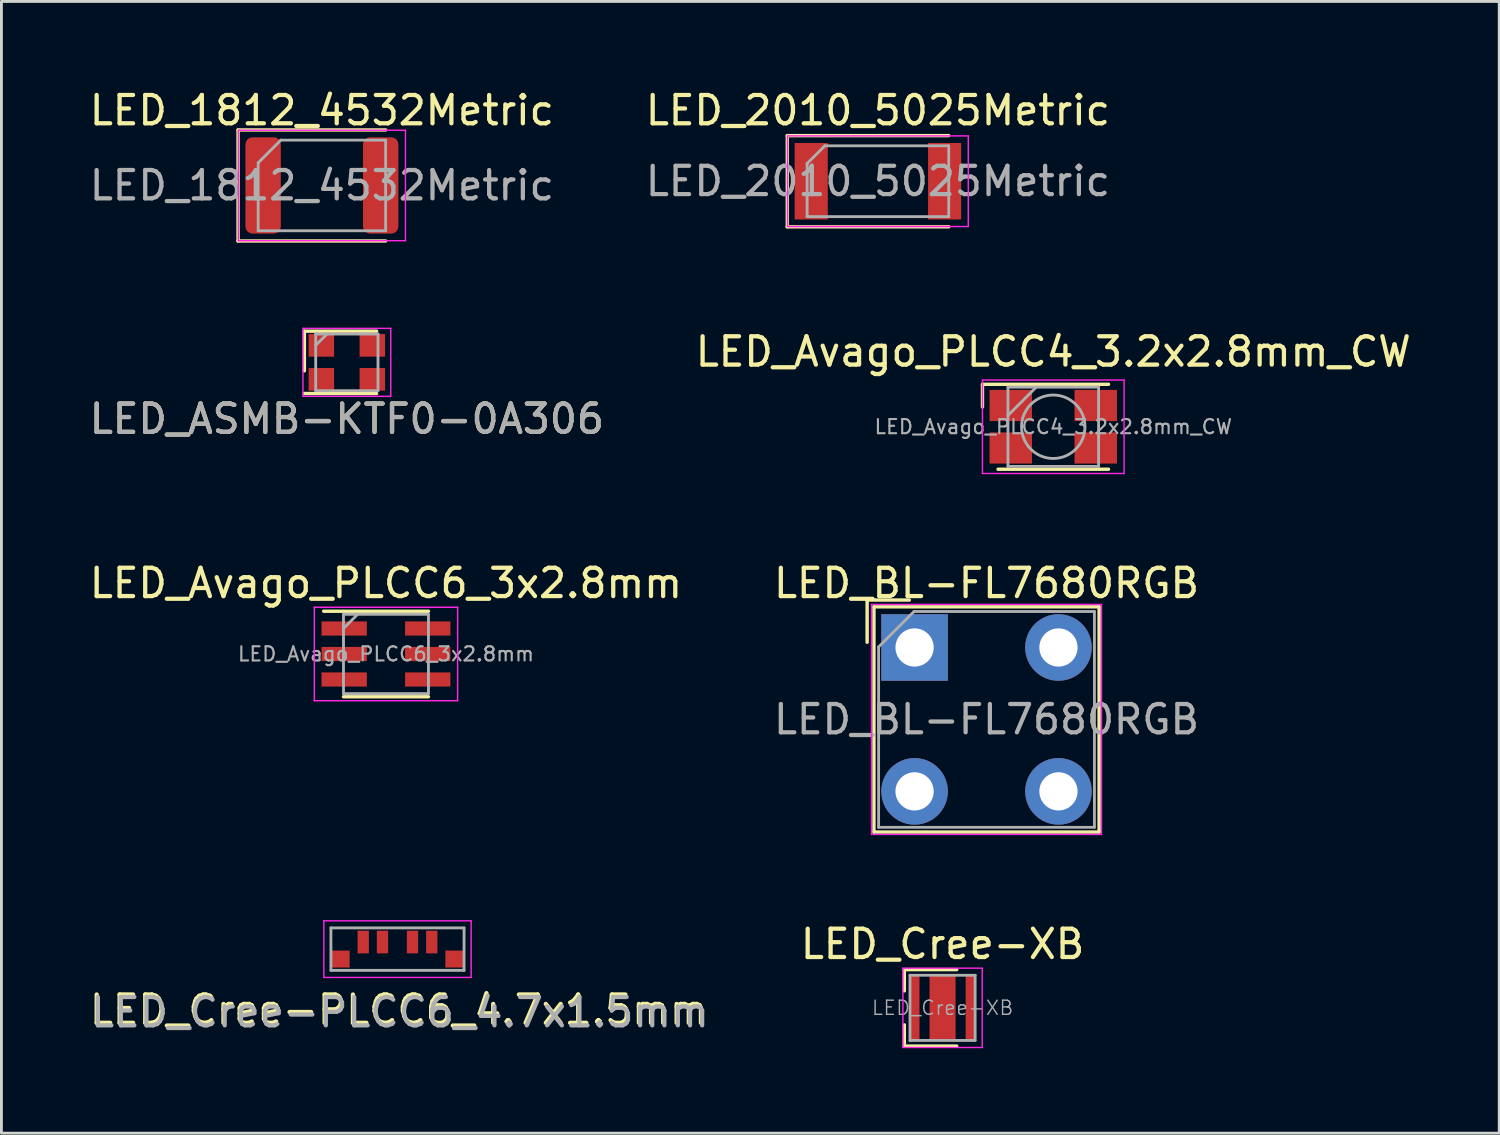
<source format=kicad_pcb>
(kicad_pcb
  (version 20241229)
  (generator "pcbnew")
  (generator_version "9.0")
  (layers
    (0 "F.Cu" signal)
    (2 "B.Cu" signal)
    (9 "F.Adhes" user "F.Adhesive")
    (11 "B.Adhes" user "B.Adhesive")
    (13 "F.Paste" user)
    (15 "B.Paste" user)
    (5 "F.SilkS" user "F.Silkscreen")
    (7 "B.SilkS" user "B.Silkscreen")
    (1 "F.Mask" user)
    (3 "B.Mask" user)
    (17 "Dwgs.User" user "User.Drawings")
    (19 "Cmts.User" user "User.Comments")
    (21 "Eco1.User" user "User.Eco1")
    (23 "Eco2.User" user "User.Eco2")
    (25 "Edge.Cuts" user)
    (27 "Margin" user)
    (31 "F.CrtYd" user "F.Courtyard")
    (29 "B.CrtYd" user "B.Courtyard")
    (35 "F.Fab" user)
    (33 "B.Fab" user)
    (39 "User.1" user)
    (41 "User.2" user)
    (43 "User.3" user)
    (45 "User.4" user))
  (footprint "LED_BL-FL7680RGB"
    (layer "F.Cu")
    (at 29.24 19.81)
    (property "Reference" "LED_BL-FL7680RGB" (at 2.54 -2.27 0) (layer "F.SilkS") (effects (font (size 1 1) (thickness 0.15))))
    (attr through_hole)
    (fp_line (start -1.675 -1.675) (end -0.185 -1.675) (stroke (width 0.12) (type solid)) (layer "F.SilkS"))
    (fp_line (start -1.675 -0.185) (end -1.675 -1.675) (stroke (width 0.12) (type solid)) (layer "F.SilkS"))
    (fp_line (start -1.435 -1.435) (end -1.435 6.515) (stroke (width 0.12) (type solid)) (layer "F.SilkS"))
    (fp_line (start -1.435 6.515) (end 6.515 6.515) (stroke (width 0.12) (type solid)) (layer "F.SilkS"))
    (fp_line (start 6.515 -1.435) (end -1.435 -1.435) (stroke (width 0.12) (type solid)) (layer "F.SilkS"))
    (fp_line (start 6.515 6.515) (end 6.515 -1.435) (stroke (width 0.12) (type solid)) (layer "F.SilkS"))
    (fp_line (start -1.52 -1.52) (end -1.52 6.6) (stroke (width 0.05) (type solid)) (layer "F.CrtYd"))
    (fp_line (start -1.52 6.6) (end 6.6 6.6) (stroke (width 0.05) (type solid)) (layer "F.CrtYd"))
    (fp_line (start 6.6 -1.52) (end -1.52 -1.52) (stroke (width 0.05) (type solid)) (layer "F.CrtYd"))
    (fp_line (start 6.6 6.6) (end 6.6 -1.52) (stroke (width 0.05) (type solid)) (layer "F.CrtYd"))
    (fp_line (start -1.27 -0.02) (end -0.02 -1.27) (stroke (width 0.1) (type solid)) (layer "F.Fab"))
    (fp_line (start -1.27 6.35) (end -1.27 -0.02) (stroke (width 0.1) (type solid)) (layer "F.Fab"))
    (fp_line (start -0.02 -1.27) (end 6.35 -1.27) (stroke (width 0.1) (type solid)) (layer "F.Fab"))
    (fp_line (start 6.35 -1.27) (end 6.35 6.35) (stroke (width 0.1) (type solid)) (layer "F.Fab"))
    (fp_line (start 6.35 6.35) (end -1.27 6.35) (stroke (width 0.1) (type solid)) (layer "F.Fab"))
    (fp_text user "${REFERENCE}" (at 2.54 2.54 0) (layer "F.Fab") (effects (font (size 1 1) (thickness 0.15))))
    (pad "1" thru_hole rect (at 0 0) (size 2.35 2.35) (drill 1.35) (layers "*.Cu" "*.Mask"))
    (pad "2" thru_hole circle (at 0 5.08) (size 2.35 2.35) (drill 1.35) (layers "*.Cu" "*.Mask"))
    (pad "3" thru_hole circle (at 5.08 5.08) (size 2.35 2.35) (drill 1.35) (layers "*.Cu" "*.Mask"))
    (pad "4" thru_hole circle (at 5.08 0) (size 2.35 2.35) (drill 1.35) (layers "*.Cu" "*.Mask")))
  (footprint "LED_Cree-PLCC6_4.7x1.5mm"
    (layer "F.Cu")
    (at 10.984 30.46)
    (property "Reference" "LED_Cree-PLCC6_4.7x1.5mm" (at 0.046 2.146 0) (layer "F.SilkS") (effects (font (size 1 1) (thickness 0.15))))
    (attr through_hole)
    (fp_line (start -2.6 -1) (end -2.6 1) (stroke (width 0.05) (type solid)) (layer "F.CrtYd"))
    (fp_line (start -2.6 -1) (end 2.6 -1) (stroke (width 0.05) (type solid)) (layer "F.CrtYd"))
    (fp_line (start 2.6 1) (end -2.6 1) (stroke (width 0.05) (type solid)) (layer "F.CrtYd"))
    (fp_line (start 2.6 1) (end 2.6 -1) (stroke (width 0.05) (type solid)) (layer "F.CrtYd"))
    (fp_line (start -2.35 -0.75) (end -2.35 0.75) (stroke (width 0.1) (type solid)) (layer "F.Fab"))
    (fp_line (start -2.35 -0.75) (end 2.35 -0.75) (stroke (width 0.1) (type solid)) (layer "F.Fab"))
    (fp_line (start -2.35 0.75) (end 2.35 0.75) (stroke (width 0.1) (type solid)) (layer "F.Fab"))
    (fp_line (start 2.35 -0.75) (end 2.35 0.75) (stroke (width 0.1) (type solid)) (layer "F.Fab"))
    (fp_text user "${REFERENCE}" (at 0.089 2.235 0) (layer "F.Fab") (effects (font (size 1 1) (thickness 0.15))))
    (pad "1" smd rect (at -2.02 0.35) (size 0.66 0.6) (layers "F.Cu" "F.Mask" "F.Paste"))
    (pad "2" smd rect (at -1.21 -0.25) (size 0.4 0.8) (layers "F.Cu" "F.Mask" "F.Paste"))
    (pad "3" smd rect (at -0.53 -0.25) (size 0.4 0.8) (layers "F.Cu" "F.Mask" "F.Paste"))
    (pad "4" smd rect (at 0.53 -0.25) (size 0.4 0.8) (layers "F.Cu" "F.Mask" "F.Paste"))
    (pad "5" smd rect (at 1.21 -0.25) (size 0.4 0.8) (layers "F.Cu" "F.Mask" "F.Paste"))
    (pad "6" smd rect (at 2.02 0.35) (size 0.66 0.6) (layers "F.Cu" "F.Mask" "F.Paste")))
  (footprint "LED_2010_5025Metric"
    (layer "F.Cu")
    (at 27.946 3.348)
    (property "Reference" "LED_2010_5025Metric" (at 0 -2.5 0) (layer "F.SilkS") (effects (font (size 1 1) (thickness 0.15))))
    (attr smd)
    (fp_line (start -3.2 -1.61) (end -3.2 1.61) (stroke (width 0.12) (type solid)) (layer "F.SilkS"))
    (fp_line (start -3.2 1.61) (end 2.5 1.61) (stroke (width 0.12) (type solid)) (layer "F.SilkS"))
    (fp_line (start 2.5 -1.61) (end -3.2 -1.61) (stroke (width 0.12) (type solid)) (layer "F.SilkS"))
    (fp_line (start -3.19 -1.6) (end 3.19 -1.6) (stroke (width 0.05) (type solid)) (layer "F.CrtYd"))
    (fp_line (start -3.19 1.6) (end -3.19 -1.6) (stroke (width 0.05) (type solid)) (layer "F.CrtYd"))
    (fp_line (start 3.19 -1.6) (end 3.19 1.6) (stroke (width 0.05) (type solid)) (layer "F.CrtYd"))
    (fp_line (start 3.19 1.6) (end -3.19 1.6) (stroke (width 0.05) (type solid)) (layer "F.CrtYd"))
    (fp_line (start -2.5 -0.625) (end -2.5 1.25) (stroke (width 0.1) (type solid)) (layer "F.Fab"))
    (fp_line (start -2.5 1.25) (end 2.5 1.25) (stroke (width 0.1) (type solid)) (layer "F.Fab"))
    (fp_line (start -1.875 -1.25) (end -2.5 -0.625) (stroke (width 0.1) (type solid)) (layer "F.Fab"))
    (fp_line (start 2.5 -1.25) (end -1.875 -1.25) (stroke (width 0.1) (type solid)) (layer "F.Fab"))
    (fp_line (start 2.5 1.25) (end 2.5 -1.25) (stroke (width 0.1) (type solid)) (layer "F.Fab"))
    (fp_text user "${REFERENCE}" (at 0 0 0) (layer "F.Fab") (effects (font (size 1 1) (thickness 0.15))))
    (pad "1" smd rect (at -2.355 0) (size 1.17 2.7) (layers "F.Cu" "F.Mask" "F.Paste"))
    (pad "2" smd rect (at 2.355 0) (size 1.17 2.7) (layers "F.Cu" "F.Mask" "F.Paste")))
  (footprint "LED_Avago_PLCC4_3.2x2.8mm_CW"
    (layer "F.Cu")
    (at 34.137 12.017)
    (property "Reference" "LED_Avago_PLCC4_3.2x2.8mm_CW" (at 0 -2.65 0) (layer "F.SilkS") (effects (font (size 1 1) (thickness 0.15))))
    (attr smd)
    (fp_line (start -2.5 -1.5) (end 1.95 -1.5) (stroke (width 0.12) (type solid)) (layer "F.SilkS"))
    (fp_line (start -2.5 -0.7) (end -2.5 -1.5) (stroke (width 0.12) (type solid)) (layer "F.SilkS"))
    (fp_line (start -1.95 1.5) (end 1.95 1.5) (stroke (width 0.12) (type solid)) (layer "F.SilkS"))
    (fp_line (start -2.5 -1.65) (end -2.5 1.65) (stroke (width 0.05) (type solid)) (layer "F.CrtYd"))
    (fp_line (start -2.5 -1.65) (end 2.5 -1.65) (stroke (width 0.05) (type solid)) (layer "F.CrtYd"))
    (fp_line (start 2.5 1.65) (end -2.5 1.65) (stroke (width 0.05) (type solid)) (layer "F.CrtYd"))
    (fp_line (start 2.5 1.65) (end 2.5 -1.65) (stroke (width 0.05) (type solid)) (layer "F.CrtYd"))
    (fp_line (start -1.6 -1.4) (end -1.6 1.4) (stroke (width 0.1) (type solid)) (layer "F.Fab"))
    (fp_line (start -1.6 1.4) (end 1.6 1.4) (stroke (width 0.1) (type solid)) (layer "F.Fab"))
    (fp_line (start -0.6 -1.4) (end -1.6 -0.4) (stroke (width 0.1) (type solid)) (layer "F.Fab"))
    (fp_line (start 1.6 -1.4) (end -1.6 -1.4) (stroke (width 0.1) (type solid)) (layer "F.Fab"))
    (fp_line (start 1.6 1.4) (end 1.6 -1.4) (stroke (width 0.1) (type solid)) (layer "F.Fab"))
    (fp_circle (center 0 0) (end 1.12 0) (stroke (width 0.1) (type solid)) (fill no) (layer "F.Fab"))
    (fp_text user "${REFERENCE}" (at 0 0 0) (layer "F.Fab") (effects (font (size 0.5 0.5) (thickness 0.075))))
    (pad "1" smd rect (at -1.5 -0.75) (size 1.5 1.1) (layers "F.Cu" "F.Mask" "F.Paste"))
    (pad "2" smd rect (at 1.5 -0.75) (size 1.5 1.1) (layers "F.Cu" "F.Mask" "F.Paste"))
    (pad "3" smd rect (at 1.5 0.75) (size 1.5 1.1) (layers "F.Cu" "F.Mask" "F.Paste"))
    (pad "4" smd rect (at -1.5 0.75) (size 1.5 1.1) (layers "F.Cu" "F.Mask" "F.Paste")))
  (footprint "LED_Avago_PLCC6_3x2.8mm"
    (layer "F.Cu")
    (at 10.577 20.04)
    (property "Reference" "LED_Avago_PLCC6_3x2.8mm" (at 0 -2.5 0) (layer "F.SilkS") (effects (font (size 1 1) (thickness 0.15))))
    (attr smd)
    (fp_line (start -2.2 -1.51) (end 1.5 -1.51) (stroke (width 0.12) (type solid)) (layer "F.SilkS"))
    (fp_line (start -1.5 1.51) (end 1.5 1.51) (stroke (width 0.12) (type solid)) (layer "F.SilkS"))
    (fp_line (start -2.53 -1.65) (end -2.53 1.65) (stroke (width 0.05) (type solid)) (layer "F.CrtYd"))
    (fp_line (start -2.53 -1.65) (end 2.53 -1.65) (stroke (width 0.05) (type solid)) (layer "F.CrtYd"))
    (fp_line (start -2.53 1.65) (end 2.53 1.65) (stroke (width 0.05) (type solid)) (layer "F.CrtYd"))
    (fp_line (start 2.53 -1.65) (end 2.53 1.65) (stroke (width 0.05) (type solid)) (layer "F.CrtYd"))
    (fp_line (start -1.5 -1.4) (end -1.5 1.4) (stroke (width 0.1) (type solid)) (layer "F.Fab"))
    (fp_line (start -1.5 -1.4) (end 1.5 -1.4) (stroke (width 0.1) (type solid)) (layer "F.Fab"))
    (fp_line (start -1.5 -0.9) (end -1 -1.4) (stroke (width 0.1) (type solid)) (layer "F.Fab"))
    (fp_line (start -1.5 1.4) (end 1.5 1.4) (stroke (width 0.1) (type solid)) (layer "F.Fab"))
    (fp_line (start 1.5 -1.4) (end 1.5 1.4) (stroke (width 0.1) (type solid)) (layer "F.Fab"))
    (fp_text user "${REFERENCE}" (at 0 0 0) (layer "F.Fab") (effects (font (size 0.5 0.5) (thickness 0.075))))
    (pad "1" smd rect (at -1.475 -0.9) (size 1.6 0.5) (layers "F.Cu" "F.Mask" "F.Paste"))
    (pad "2" smd rect (at -1.475 0) (size 1.6 0.5) (layers "F.Cu" "F.Mask" "F.Paste"))
    (pad "3" smd rect (at -1.475 0.9) (size 1.6 0.5) (layers "F.Cu" "F.Mask" "F.Paste"))
    (pad "4" smd rect (at 1.475 0.9) (size 1.6 0.5) (layers "F.Cu" "F.Mask" "F.Paste"))
    (pad "5" smd rect (at 1.475 0) (size 1.6 0.5) (layers "F.Cu" "F.Mask" "F.Paste"))
    (pad "6" smd rect (at 1.475 -0.9) (size 1.6 0.5) (layers "F.Cu" "F.Mask" "F.Paste")))
  (footprint "LED_1812_4532Metric"
    (layer "F.Cu")
    (at 8.315 3.498)
    (property "Reference" "LED_1812_4532Metric" (at 0 -2.65 0) (layer "F.SilkS") (effects (font (size 1 1) (thickness 0.15))))
    (attr smd)
    (fp_line (start -2.96 -1.96) (end -2.96 1.96) (stroke (width 0.12) (type solid)) (layer "F.SilkS"))
    (fp_line (start -2.96 1.96) (end 2.25 1.96) (stroke (width 0.12) (type solid)) (layer "F.SilkS"))
    (fp_line (start 2.25 -1.96) (end -2.96 -1.96) (stroke (width 0.12) (type solid)) (layer "F.SilkS"))
    (fp_line (start -2.95 -1.95) (end 2.95 -1.95) (stroke (width 0.05) (type solid)) (layer "F.CrtYd"))
    (fp_line (start -2.95 1.95) (end -2.95 -1.95) (stroke (width 0.05) (type solid)) (layer "F.CrtYd"))
    (fp_line (start 2.95 -1.95) (end 2.95 1.95) (stroke (width 0.05) (type solid)) (layer "F.CrtYd"))
    (fp_line (start 2.95 1.95) (end -2.95 1.95) (stroke (width 0.05) (type solid)) (layer "F.CrtYd"))
    (fp_line (start -2.25 -0.8) (end -2.25 1.6) (stroke (width 0.1) (type solid)) (layer "F.Fab"))
    (fp_line (start -2.25 1.6) (end 2.25 1.6) (stroke (width 0.1) (type solid)) (layer "F.Fab"))
    (fp_line (start -1.45 -1.6) (end -2.25 -0.8) (stroke (width 0.1) (type solid)) (layer "F.Fab"))
    (fp_line (start 2.25 -1.6) (end -1.45 -1.6) (stroke (width 0.1) (type solid)) (layer "F.Fab"))
    (fp_line (start 2.25 1.6) (end 2.25 -1.6) (stroke (width 0.1) (type solid)) (layer "F.Fab"))
    (fp_text user "${REFERENCE}" (at 0 0 0) (layer "F.Fab") (effects (font (size 1 1) (thickness 0.15))))
    (pad "1" smd roundrect (at -2.075 0) (size 1.25 3.4) (layers "F.Cu" "F.Mask" "F.Paste") (roundrect_rratio 0.2))
    (pad "2" smd roundrect (at 2.075 0) (size 1.25 3.4) (layers "F.Cu" "F.Mask" "F.Paste") (roundrect_rratio 0.2)))
  (footprint "LED_ASMB-KTF0-0A306"
    (layer "F.Cu")
    (at 9.196 9.743)
    (property "Reference" "LED_ASMB-KTF0-0A306" (at 0 2 0) (unlocked yes) (layer "F.SilkS") (effects (font (size 1 1) (thickness 0.15))))
    (attr smd)
    (fp_line (start -1.5 -1.1) (end 1.05 -1.1) (stroke (width 0.12) (type solid)) (layer "F.SilkS"))
    (fp_line (start -1.5 0.3) (end -1.5 -1.1) (stroke (width 0.12) (type solid)) (layer "F.SilkS"))
    (fp_line (start -1.5 1.1) (end 1.05 1.1) (stroke (width 0.12) (type solid)) (layer "F.SilkS"))
    (fp_line (start -1.55 -1.2) (end -1.55 1.2) (stroke (width 0.05) (type solid)) (layer "F.CrtYd"))
    (fp_line (start -1.55 -1.2) (end 1.55 -1.2) (stroke (width 0.05) (type solid)) (layer "F.CrtYd"))
    (fp_line (start 1.55 1.2) (end -1.55 1.2) (stroke (width 0.05) (type solid)) (layer "F.CrtYd"))
    (fp_line (start 1.55 1.2) (end 1.55 -1.2) (stroke (width 0.05) (type solid)) (layer "F.CrtYd"))
    (fp_line (start -1.1 -1) (end -1.1 1) (stroke (width 0.1) (type solid)) (layer "F.Fab"))
    (fp_line (start -1.1 1) (end 1.1 1) (stroke (width 0.1) (type solid)) (layer "F.Fab"))
    (fp_line (start -0.7 -1) (end -1.1 -0.6) (stroke (width 0.1) (type solid)) (layer "F.Fab"))
    (fp_line (start 1.1 -1) (end -1.1 -1) (stroke (width 0.1) (type solid)) (layer "F.Fab"))
    (fp_line (start 1.1 1) (end 1.1 -1) (stroke (width 0.1) (type solid)) (layer "F.Fab"))
    (fp_text user "${REFERENCE}" (at 0 2 0) (unlocked yes) (layer "F.Fab") (effects (font (size 1 1) (thickness 0.15))))
    (pad "1" smd rect (at -0.9 -0.6) (size 0.9 0.8) (layers "F.Cu" "F.Mask" "F.Paste"))
    (pad "2" smd rect (at -0.9 0.6 90) (size 0.8 0.9) (layers "F.Cu" "F.Mask" "F.Paste"))
    (pad "3" smd rect (at 0.9 0.6 270) (size 0.8 0.9) (layers "F.Cu" "F.Mask" "F.Paste"))
    (pad "4" smd rect (at 0.9 -0.6 90) (size 0.8 0.9) (layers "F.Cu" "F.Mask" "F.Paste")))
  (footprint "LED_Cree-XB"
    (layer "F.Cu")
    (at 30.228 32.533)
    (property "Reference" "LED_Cree-XB" (at 0 -2.25 0) (layer "F.SilkS") (effects (font (size 1 1) (thickness 0.15))))
    (attr smd)
    (fp_line (start -1.35 -1.35) (end -1.35 -0.6) (stroke (width 0.12) (type solid)) (layer "F.SilkS"))
    (fp_line (start -1.35 1.35) (end -1.35 0.6) (stroke (width 0.12) (type solid)) (layer "F.SilkS"))
    (fp_line (start 0.5 -1.35) (end -1.35 -1.35) (stroke (width 0.12) (type solid)) (layer "F.SilkS"))
    (fp_line (start 0.5 1.35) (end -1.35 1.35) (stroke (width 0.12) (type solid)) (layer "F.SilkS"))
    (fp_line (start -1.4 -1.4) (end 1.4 -1.4) (stroke (width 0.05) (type solid)) (layer "F.CrtYd"))
    (fp_line (start -1.4 1.4) (end -1.4 -1.4) (stroke (width 0.05) (type solid)) (layer "F.CrtYd"))
    (fp_line (start 1.4 -1.4) (end 1.4 1.4) (stroke (width 0.05) (type solid)) (layer "F.CrtYd"))
    (fp_line (start 1.4 1.4) (end -1.4 1.4) (stroke (width 0.05) (type solid)) (layer "F.CrtYd"))
    (fp_line (start -1.15 -1.15) (end 1.15 -1.15) (stroke (width 0.1) (type solid)) (layer "F.Fab"))
    (fp_line (start -1.15 1.15) (end -1.15 -1.15) (stroke (width 0.1) (type solid)) (layer "F.Fab"))
    (fp_line (start 1.15 -1.15) (end 1.15 1.15) (stroke (width 0.1) (type solid)) (layer "F.Fab"))
    (fp_line (start 1.15 1.15) (end -1.15 1.15) (stroke (width 0.1) (type solid)) (layer "F.Fab"))
    (fp_text user "${REFERENCE}" (at 0 0 0) (layer "F.Fab") (effects (font (size 0.5 0.5) (thickness 0.05))))
    (pad "" smd rect (at 0 -0.55) (size 0.85 0.85) (layers "F.Paste"))
    (pad "" smd rect (at 0 0.55) (size 0.85 0.85) (layers "F.Paste"))
    (pad "1" smd rect (at -0.98 0) (size 0.33 2.29) (layers "F.Cu" "F.Mask" "F.Paste"))
    (pad "2" smd rect (at 0.98 0) (size 0.33 2.29) (layers "F.Cu" "F.Mask" "F.Paste"))
    (pad "3" smd rect (at 0 0) (size 0.92 2.29) (layers "F.Cu" "F.Mask")))
  (gr_rect
    (start -3 -3)
    (end 49.881 36.958)
    (stroke (width 0.1) (type default))
    (fill no)
    (layer "Edge.Cuts")))
</source>
